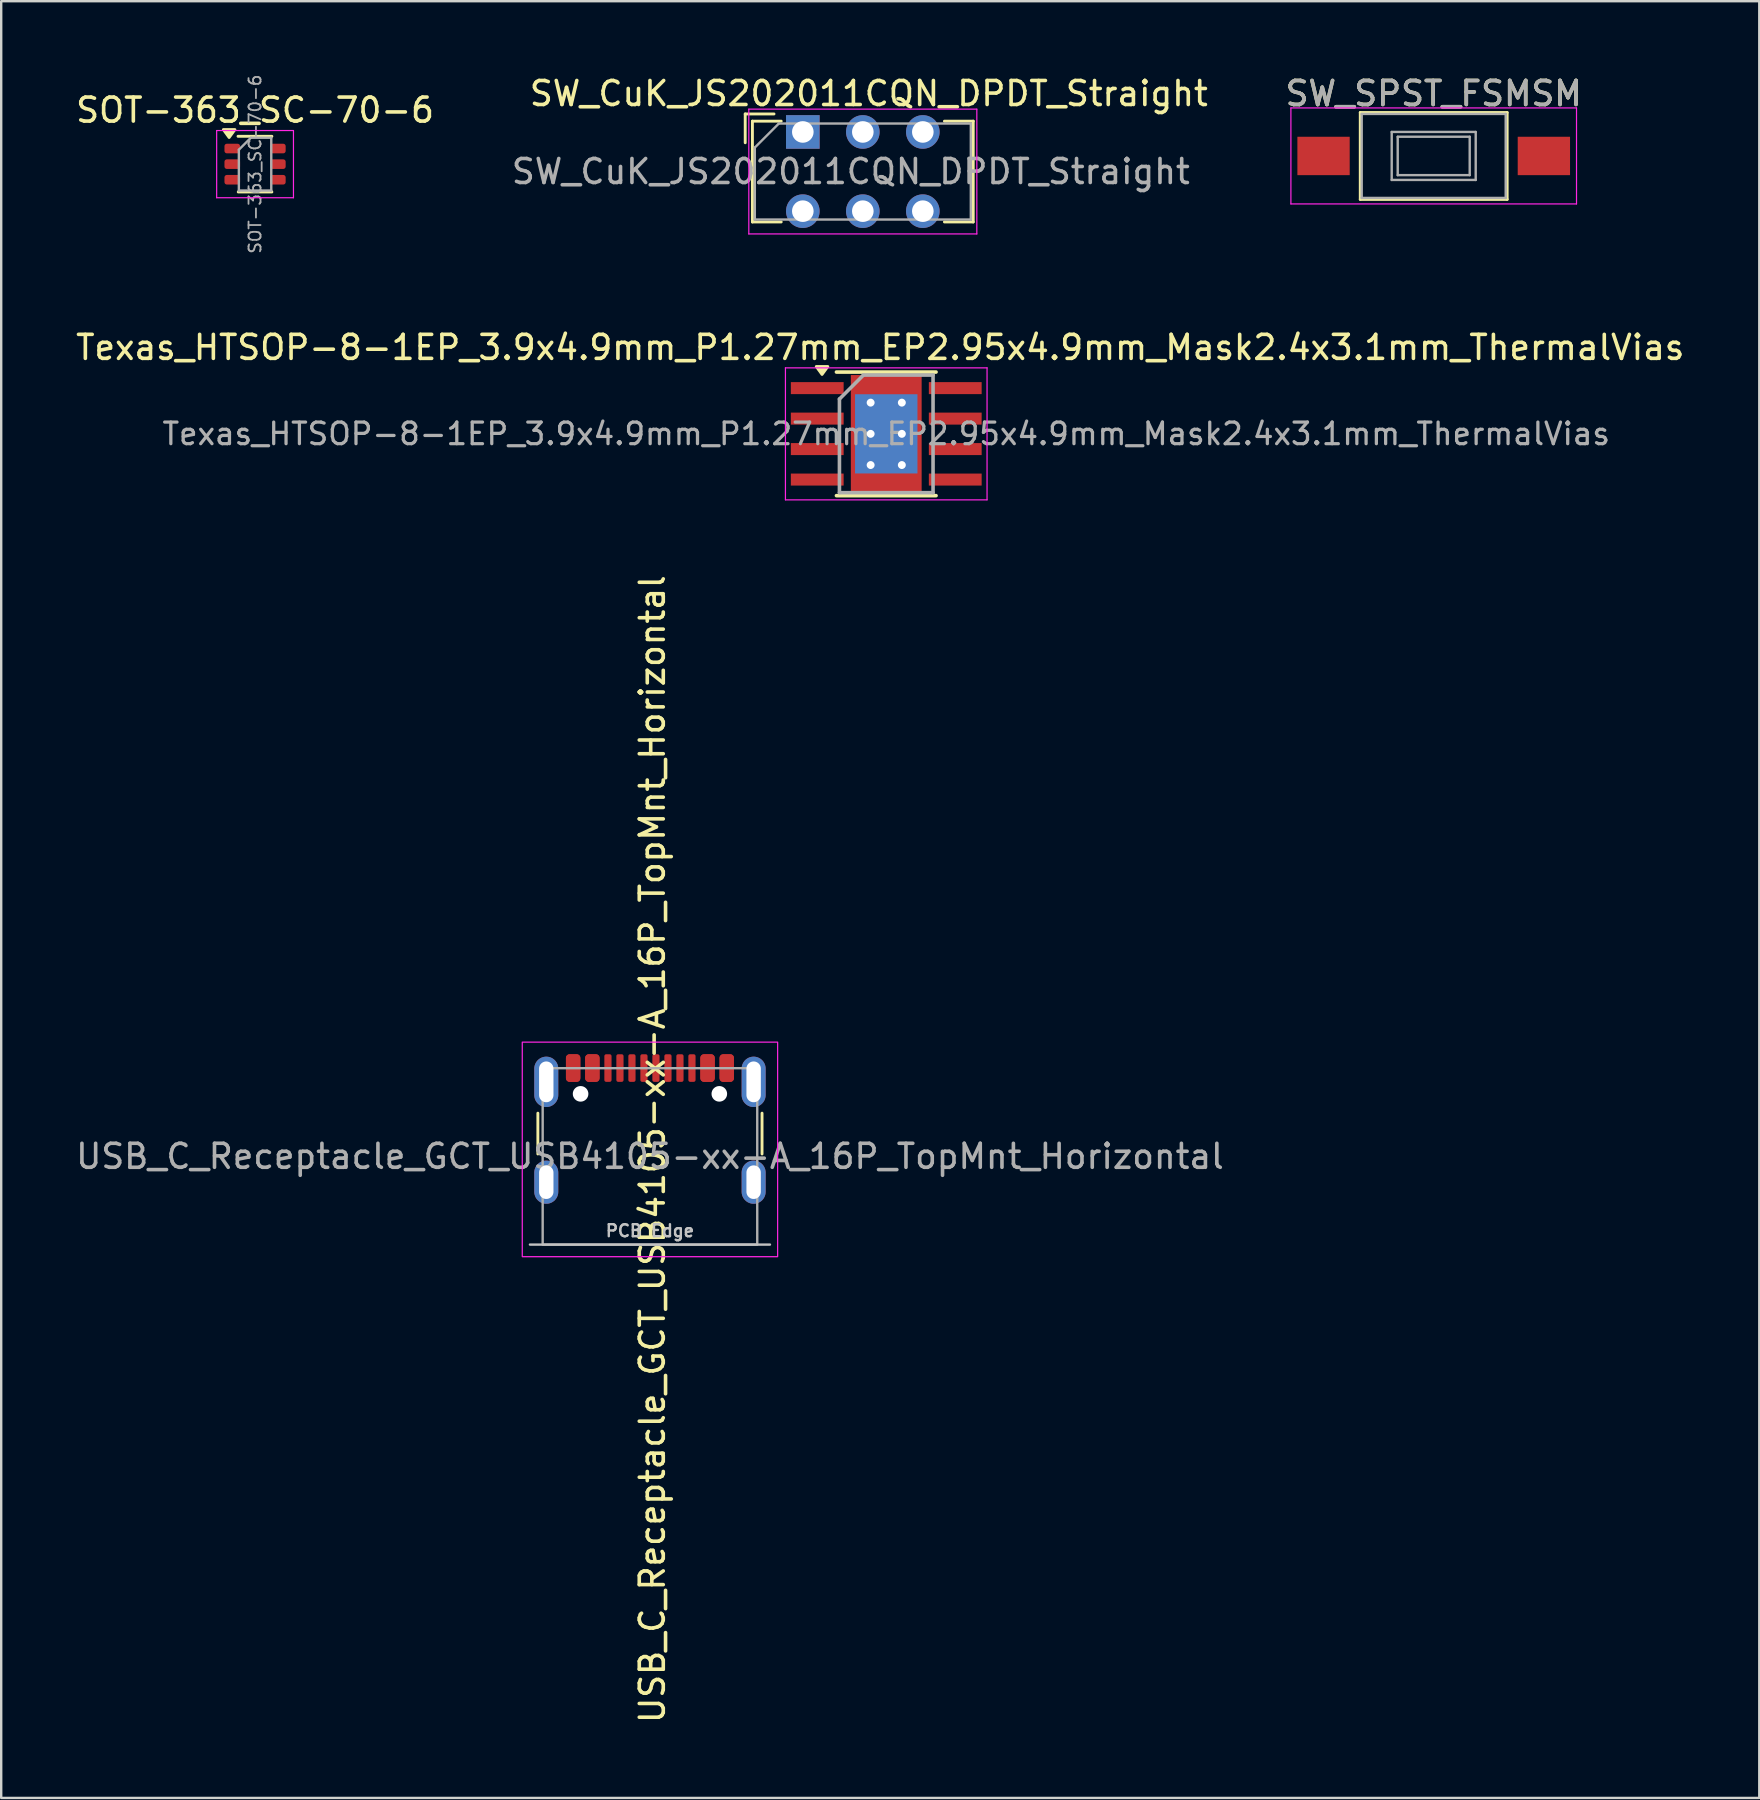
<source format=kicad_pcb>
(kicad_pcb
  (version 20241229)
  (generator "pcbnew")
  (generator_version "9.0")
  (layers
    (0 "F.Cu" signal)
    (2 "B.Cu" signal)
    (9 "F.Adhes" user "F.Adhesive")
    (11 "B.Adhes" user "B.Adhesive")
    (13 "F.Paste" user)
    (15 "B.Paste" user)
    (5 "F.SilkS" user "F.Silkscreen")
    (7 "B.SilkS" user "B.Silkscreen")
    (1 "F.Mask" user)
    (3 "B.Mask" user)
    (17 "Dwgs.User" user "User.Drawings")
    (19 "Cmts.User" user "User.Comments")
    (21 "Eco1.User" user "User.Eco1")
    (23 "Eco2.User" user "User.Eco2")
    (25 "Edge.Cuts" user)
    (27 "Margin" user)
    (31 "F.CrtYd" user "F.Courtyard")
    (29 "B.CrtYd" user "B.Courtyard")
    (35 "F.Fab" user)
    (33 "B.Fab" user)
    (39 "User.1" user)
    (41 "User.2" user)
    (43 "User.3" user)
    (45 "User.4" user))
  (footprint "Texas_HTSOP-8-1EP_3.9x4.9mm_P1.27mm_EP2.95x4.9mm_Mask2.4x3.1mm_ThermalVias"
    (layer "F.Cu")
    (at 33.875 15.026)
    (property "Reference" "Texas_HTSOP-8-1EP_3.9x4.9mm_P1.27mm_EP2.95x4.9mm_Mask2.4x3.1mm_ThermalVias" (at -0.25 -3.6 180) (layer "F.SilkS") (effects (font (size 1 1) (thickness 0.15))))
    (attr smd)
    (fp_line (start -2.075 -2.575) (end 2.075 -2.575) (stroke (width 0.15) (type solid)) (layer "F.SilkS"))
    (fp_line (start -2.075 2.575) (end 2.075 2.575) (stroke (width 0.15) (type solid)) (layer "F.SilkS"))
    (fp_poly (pts (xy -2.675 -2.475) (xy -2.915 -2.805) (xy -2.435 -2.805) (xy -2.675 -2.475)) (stroke (width 0.12) (type solid)) (fill yes) (layer "F.SilkS"))
    (fp_line (start -4.2 -2.75) (end -4.2 2.75) (stroke (width 0.05) (type solid)) (layer "F.CrtYd"))
    (fp_line (start -4.2 -2.75) (end 4.2 -2.75) (stroke (width 0.05) (type solid)) (layer "F.CrtYd"))
    (fp_line (start -4.2 2.75) (end 4.2 2.75) (stroke (width 0.05) (type solid)) (layer "F.CrtYd"))
    (fp_line (start 4.2 -2.75) (end 4.2 2.75) (stroke (width 0.05) (type solid)) (layer "F.CrtYd"))
    (fp_line (start -1.95 -1.45) (end -0.95 -2.45) (stroke (width 0.15) (type solid)) (layer "F.Fab"))
    (fp_line (start -1.95 2.45) (end -1.95 -1.45) (stroke (width 0.15) (type solid)) (layer "F.Fab"))
    (fp_line (start -0.95 -2.45) (end 1.95 -2.45) (stroke (width 0.15) (type solid)) (layer "F.Fab"))
    (fp_line (start 1.95 -2.45) (end 1.95 2.45) (stroke (width 0.15) (type solid)) (layer "F.Fab"))
    (fp_line (start 1.95 2.45) (end -1.95 2.45) (stroke (width 0.15) (type solid)) (layer "F.Fab"))
    (fp_text user "${REFERENCE}" (at 0 0 180) (layer "F.Fab") (effects (font (size 0.9 0.9) (thickness 0.135))))
    (pad "" smd rect (at 0 0) (size 2.4 3.1) (layers "F.Mask"))
    (pad "" smd rect (at 0 0) (size 2.4 3.1) (layers "F.Paste"))
    (pad "1" smd rect (at -2.875 -1.905) (size 2.2 0.5) (layers "F.Cu" "F.Mask" "F.Paste"))
    (pad "2" smd rect (at -2.875 -0.635) (size 2.2 0.5) (layers "F.Cu" "F.Mask" "F.Paste"))
    (pad "3" smd rect (at -2.875 0.635) (size 2.2 0.5) (layers "F.Cu" "F.Mask" "F.Paste"))
    (pad "4" smd rect (at -2.875 1.905) (size 2.2 0.5) (layers "F.Cu" "F.Mask" "F.Paste"))
    (pad "5" smd rect (at 2.875 1.905) (size 2.2 0.5) (layers "F.Cu" "F.Mask" "F.Paste"))
    (pad "6" smd rect (at 2.875 0.635) (size 2.2 0.5) (layers "F.Cu" "F.Mask" "F.Paste"))
    (pad "7" smd rect (at 2.875 -0.635) (size 2.2 0.5) (layers "F.Cu" "F.Mask" "F.Paste"))
    (pad "8" smd rect (at 2.875 -1.905) (size 2.2 0.5) (layers "F.Cu" "F.Mask" "F.Paste"))
    (pad "9" thru_hole circle (at -0.65 -1.3) (size 0.63 0.63) (drill 0.33) (layers "*.Cu" "*.Mask"))
    (pad "9" thru_hole circle (at -0.65 0) (size 0.63 0.63) (drill 0.33) (layers "*.Cu" "*.Mask"))
    (pad "9" thru_hole circle (at -0.65 1.3) (size 0.63 0.63) (drill 0.33) (layers "*.Cu" "*.Mask"))
    (pad "9" smd rect (at 0 0) (size 2.6 3.3) (layers "B.Cu"))
    (pad "9" smd rect (at 0 0) (size 2.95 4.9) (layers "F.Cu"))
    (pad "9" thru_hole circle (at 0.65 -1.3) (size 0.63 0.63) (drill 0.33) (layers "*.Cu" "*.Mask"))
    (pad "9" thru_hole circle (at 0.65 0) (size 0.63 0.63) (drill 0.33) (layers "*.Cu" "*.Mask"))
    (pad "9" thru_hole circle (at 0.65 1.3) (size 0.63 0.63) (drill 0.33) (layers "*.Cu" "*.Mask")))
  (footprint "SW_SPST_FSMSM"
    (layer "F.Cu")
    (at 56.685 3.448)
    (property "Reference" "SW_SPST_FSMSM" (at 0 -2.6 0) (layer "F.SilkS") (effects (font (size 1 1) (thickness 0.15))))
    (attr smd)
    (fp_line (start -3.06 -1.81) (end 3.06 -1.81) (stroke (width 0.12) (type solid)) (layer "F.SilkS"))
    (fp_line (start -3.06 1.81) (end -3.06 -1.81) (stroke (width 0.12) (type solid)) (layer "F.SilkS"))
    (fp_line (start 3.06 -1.81) (end 3.06 1.81) (stroke (width 0.12) (type solid)) (layer "F.SilkS"))
    (fp_line (start 3.06 1.81) (end -3.06 1.81) (stroke (width 0.12) (type solid)) (layer "F.SilkS"))
    (fp_line (start -5.95 -2) (end -5.95 2) (stroke (width 0.05) (type solid)) (layer "F.CrtYd"))
    (fp_line (start -5.95 -2) (end 5.95 -2) (stroke (width 0.05) (type solid)) (layer "F.CrtYd"))
    (fp_line (start -5.95 2) (end 5.95 2) (stroke (width 0.05) (type solid)) (layer "F.CrtYd"))
    (fp_line (start 5.95 -2) (end 5.95 2) (stroke (width 0.05) (type solid)) (layer "F.CrtYd"))
    (fp_line (start -3 -1.75) (end -3 1.75) (stroke (width 0.1) (type solid)) (layer "F.Fab"))
    (fp_line (start -3 -1.75) (end 3 -1.75) (stroke (width 0.1) (type solid)) (layer "F.Fab"))
    (fp_line (start -3 1.75) (end 3 1.75) (stroke (width 0.1) (type solid)) (layer "F.Fab"))
    (fp_line (start -1.75 -1) (end 1.75 -1) (stroke (width 0.1) (type solid)) (layer "F.Fab"))
    (fp_line (start -1.75 1) (end -1.75 -1) (stroke (width 0.1) (type solid)) (layer "F.Fab"))
    (fp_line (start -1.5 -0.8) (end -1.5 0.8) (stroke (width 0.1) (type solid)) (layer "F.Fab"))
    (fp_line (start -1.5 -0.8) (end 1.5 -0.8) (stroke (width 0.1) (type solid)) (layer "F.Fab"))
    (fp_line (start -1.5 0.8) (end 1.5 0.8) (stroke (width 0.1) (type solid)) (layer "F.Fab"))
    (fp_line (start 1.5 -0.8) (end 1.5 0.8) (stroke (width 0.1) (type solid)) (layer "F.Fab"))
    (fp_line (start 1.75 -1) (end 1.75 1) (stroke (width 0.1) (type solid)) (layer "F.Fab"))
    (fp_line (start 1.75 1) (end -1.75 1) (stroke (width 0.1) (type solid)) (layer "F.Fab"))
    (fp_line (start 3 -1.75) (end 3 1.75) (stroke (width 0.1) (type solid)) (layer "F.Fab"))
    (fp_text user "${REFERENCE}" (at 0 -2.6 0) (layer "F.Fab") (effects (font (size 1 1) (thickness 0.15))))
    (pad "1" smd rect (at -4.59 0) (size 2.18 1.6) (layers "F.Cu" "F.Mask" "F.Paste"))
    (pad "2" smd rect (at 4.59 0) (size 2.18 1.6) (layers "F.Cu" "F.Mask" "F.Paste")))
  (footprint "USB_C_Receptacle_GCT_USB4105-xx-A_16P_TopMnt_Horizontal"
    (layer "F.Cu")
    (at 24.03 45.13)
    (property "Reference" "USB_C_Receptacle_GCT_USB4105-xx-A_16P_TopMnt_Horizontal" (at 0.1 -0.3 90) (unlocked yes) (layer "F.SilkS") (effects (font (size 1 1) (thickness 0.15))))
    (attr smd)
    (fp_line (start -4.67 -0.1) (end -4.67 -1.8) (stroke (width 0.12) (type solid)) (layer "F.SilkS"))
    (fp_line (start 4.67 -0.1) (end 4.67 -1.8) (stroke (width 0.12) (type solid)) (layer "F.SilkS"))
    (fp_line (start 5 3.675) (end -5 3.675) (stroke (width 0.1) (type solid)) (layer "Dwgs.User"))
    (fp_rect (start -5.32 -4.76) (end 5.32 4.18) (stroke (width 0.05) (type solid)) (fill no) (layer "F.CrtYd"))
    (fp_rect (start -4.47 -3.675) (end 4.47 3.675) (stroke (width 0.1) (type solid)) (fill no) (layer "F.Fab"))
    (fp_text user "PCB Edge" (at 0 3.1 0) (unlocked yes) (layer "Dwgs.User") (effects (font (size 0.5 0.5) (thickness 0.1))))
    (fp_text user "${REFERENCE}" (at 0 0 0) (unlocked yes) (layer "F.Fab") (effects (font (size 1 1) (thickness 0.15))))
    (pad "" np_thru_hole circle (at -2.89 -2.605) (size 0.65 0.65) (drill 0.65) (layers "*.Cu" "*.Mask"))
    (pad "" np_thru_hole circle (at 2.89 -2.605) (size 0.65 0.65) (drill 0.65) (layers "*.Cu" "*.Mask"))
    (pad "A1" smd roundrect (at -3.2 -3.68) (size 0.6 1.15) (layers "F.Cu" "F.Mask" "F.Paste") (roundrect_rratio 0.25))
    (pad "A4" smd roundrect (at -2.4 -3.68) (size 0.6 1.15) (layers "F.Cu" "F.Mask" "F.Paste") (roundrect_rratio 0.25))
    (pad "A5" smd roundrect (at -1.25 -3.68) (size 0.3 1.15) (layers "F.Cu" "F.Mask" "F.Paste") (roundrect_rratio 0.25))
    (pad "A6" smd roundrect (at -0.25 -3.68) (size 0.3 1.15) (layers "F.Cu" "F.Mask" "F.Paste") (roundrect_rratio 0.25))
    (pad "A7" smd roundrect (at 0.25 -3.68) (size 0.3 1.15) (layers "F.Cu" "F.Mask" "F.Paste") (roundrect_rratio 0.25))
    (pad "A8" smd roundrect (at 1.25 -3.68) (size 0.3 1.15) (layers "F.Cu" "F.Mask" "F.Paste") (roundrect_rratio 0.25))
    (pad "A9" smd roundrect (at 2.4 -3.68) (size 0.6 1.15) (layers "F.Cu" "F.Mask" "F.Paste") (roundrect_rratio 0.25))
    (pad "A12" smd roundrect (at 3.2 -3.68) (size 0.6 1.15) (layers "F.Cu" "F.Mask" "F.Paste") (roundrect_rratio 0.25))
    (pad "B1" smd roundrect (at 3.2 -3.68) (size 0.6 1.15) (layers "F.Cu" "F.Mask" "F.Paste") (roundrect_rratio 0.25))
    (pad "B4" smd roundrect (at 2.4 -3.68) (size 0.6 1.15) (layers "F.Cu" "F.Mask" "F.Paste") (roundrect_rratio 0.25))
    (pad "B5" smd roundrect (at 1.75 -3.68) (size 0.3 1.15) (layers "F.Cu" "F.Mask" "F.Paste") (roundrect_rratio 0.25))
    (pad "B6" smd roundrect (at 0.75 -3.68) (size 0.3 1.15) (layers "F.Cu" "F.Mask" "F.Paste") (roundrect_rratio 0.25))
    (pad "B7" smd roundrect (at -0.75 -3.68) (size 0.3 1.15) (layers "F.Cu" "F.Mask" "F.Paste") (roundrect_rratio 0.25))
    (pad "B8" smd roundrect (at -1.75 -3.68) (size 0.3 1.15) (layers "F.Cu" "F.Mask" "F.Paste") (roundrect_rratio 0.25))
    (pad "B9" smd roundrect (at -2.4 -3.68) (size 0.6 1.15) (layers "F.Cu" "F.Mask" "F.Paste") (roundrect_rratio 0.25))
    (pad "B12" smd roundrect (at -3.2 -3.68) (size 0.6 1.15) (layers "F.Cu" "F.Mask" "F.Paste") (roundrect_rratio 0.25))
    (pad "S1" thru_hole oval (at -4.32 -3.105) (size 1 2.1) (drill oval 0.6 1.7) (layers "*.Cu" "*.Mask" "F.Paste"))
    (pad "S1" thru_hole oval (at -4.32 1.075) (size 1 1.8) (drill oval 0.6 1.4) (layers "*.Cu" "*.Mask" "F.Paste"))
    (pad "S1" thru_hole oval (at 4.32 -3.105) (size 1 2.1) (drill oval 0.6 1.7) (layers "*.Cu" "*.Mask" "F.Paste"))
    (pad "S1" thru_hole oval (at 4.32 1.075) (size 1 1.8) (drill oval 0.6 1.4) (layers "*.Cu" "*.Mask" "F.Paste")))
  (footprint "SOT-363_SC-70-6"
    (layer "F.Cu")
    (at 7.577 3.789)
    (property "Reference" "SOT-363_SC-70-6" (at 0 -2.25 0) (layer "F.SilkS") (effects (font (size 1 1) (thickness 0.15))))
    (attr smd)
    (fp_line (start -0.71 -1.16) (end 0.7 -1.16) (stroke (width 0.12) (type solid)) (layer "F.SilkS"))
    (fp_line (start -0.7 1.16) (end 0.7 1.16) (stroke (width 0.12) (type solid)) (layer "F.SilkS"))
    (fp_poly (pts (xy -1.08 -1.11) (xy -1.32 -1.44) (xy -0.84 -1.44) (xy -1.08 -1.11)) (stroke (width 0.12) (type solid)) (fill yes) (layer "F.SilkS"))
    (fp_line (start -1.6 -1.4) (end -1.6 1.4) (stroke (width 0.05) (type solid)) (layer "F.CrtYd"))
    (fp_line (start -1.6 -1.4) (end 1.6 -1.4) (stroke (width 0.05) (type solid)) (layer "F.CrtYd"))
    (fp_line (start -1.6 1.4) (end 1.6 1.4) (stroke (width 0.05) (type solid)) (layer "F.CrtYd"))
    (fp_line (start 1.6 1.4) (end 1.6 -1.4) (stroke (width 0.05) (type solid)) (layer "F.CrtYd"))
    (fp_line (start -0.675 -0.6) (end -0.675 1.1) (stroke (width 0.1) (type solid)) (layer "F.Fab"))
    (fp_line (start -0.175 -1.1) (end -0.675 -0.6) (stroke (width 0.1) (type solid)) (layer "F.Fab"))
    (fp_line (start 0.675 -1.1) (end -0.175 -1.1) (stroke (width 0.1) (type solid)) (layer "F.Fab"))
    (fp_line (start 0.675 -1.1) (end 0.675 1.1) (stroke (width 0.1) (type solid)) (layer "F.Fab"))
    (fp_line (start 0.675 1.1) (end -0.675 1.1) (stroke (width 0.1) (type solid)) (layer "F.Fab"))
    (fp_text user "${REFERENCE}" (at 0 0 90) (layer "F.Fab") (effects (font (size 0.5 0.5) (thickness 0.075))))
    (pad "1" smd roundrect (at -0.95 -0.65) (size 0.65 0.4) (layers "F.Cu" "F.Mask" "F.Paste") (roundrect_rratio 0.25))
    (pad "2" smd roundrect (at -0.95 0) (size 0.65 0.4) (layers "F.Cu" "F.Mask" "F.Paste") (roundrect_rratio 0.25))
    (pad "3" smd roundrect (at -0.95 0.65) (size 0.65 0.4) (layers "F.Cu" "F.Mask" "F.Paste") (roundrect_rratio 0.25))
    (pad "4" smd roundrect (at 0.95 0.65) (size 0.65 0.4) (layers "F.Cu" "F.Mask" "F.Paste") (roundrect_rratio 0.25))
    (pad "5" smd roundrect (at 0.95 0) (size 0.65 0.4) (layers "F.Cu" "F.Mask" "F.Paste") (roundrect_rratio 0.25))
    (pad "6" smd roundrect (at 0.95 -0.65) (size 0.65 0.4) (layers "F.Cu" "F.Mask" "F.Paste") (roundrect_rratio 0.25)))
  (footprint "SW_CuK_JS202011CQN_DPDT_Straight"
    (layer "F.Cu")
    (at 30.399 2.448)
    (property "Reference" "SW_CuK_JS202011CQN_DPDT_Straight" (at 2.75 -1.6 0) (layer "F.SilkS") (effects (font (size 1 1) (thickness 0.15))))
    (attr through_hole)
    (fp_line (start -2.4 -0.75) (end -2.4 0.45) (stroke (width 0.12) (type solid)) (layer "F.SilkS"))
    (fp_line (start -2.1 -0.45) (end -2.1 3.75) (stroke (width 0.12) (type solid)) (layer "F.SilkS"))
    (fp_line (start -2.1 3.75) (end -0.9 3.75) (stroke (width 0.12) (type solid)) (layer "F.SilkS"))
    (fp_line (start -1.2 -0.75) (end -2.4 -0.75) (stroke (width 0.12) (type solid)) (layer "F.SilkS"))
    (fp_line (start -0.9 -0.45) (end -2.1 -0.45) (stroke (width 0.12) (type solid)) (layer "F.SilkS"))
    (fp_line (start 5.9 -0.45) (end 7.1 -0.45) (stroke (width 0.12) (type solid)) (layer "F.SilkS"))
    (fp_line (start 7.1 -0.45) (end 7.1 3.75) (stroke (width 0.12) (type solid)) (layer "F.SilkS"))
    (fp_line (start 7.1 3.75) (end 5.9 3.75) (stroke (width 0.12) (type solid)) (layer "F.SilkS"))
    (fp_line (start -2.25 -0.95) (end 7.25 -0.95) (stroke (width 0.05) (type solid)) (layer "F.CrtYd"))
    (fp_line (start -2.25 4.25) (end -2.25 -0.95) (stroke (width 0.05) (type solid)) (layer "F.CrtYd"))
    (fp_line (start 7.25 -0.95) (end 7.25 4.25) (stroke (width 0.05) (type solid)) (layer "F.CrtYd"))
    (fp_line (start 7.25 4.25) (end -2.25 4.25) (stroke (width 0.05) (type solid)) (layer "F.CrtYd"))
    (fp_line (start -2 3.65) (end -2 0.65) (stroke (width 0.1) (type solid)) (layer "F.Fab"))
    (fp_line (start -1 -0.35) (end -2 0.65) (stroke (width 0.1) (type solid)) (layer "F.Fab"))
    (fp_line (start -1 -0.35) (end 7 -0.35) (stroke (width 0.1) (type solid)) (layer "F.Fab"))
    (fp_line (start 7 -0.35) (end 7 3.65) (stroke (width 0.1) (type solid)) (layer "F.Fab"))
    (fp_line (start 7 3.65) (end -2 3.65) (stroke (width 0.1) (type solid)) (layer "F.Fab"))
    (fp_text user "${REFERENCE}" (at 2 1.65 0) (layer "F.Fab") (effects (font (size 1 1) (thickness 0.15))))
    (pad "1" thru_hole rect (at 0 0) (size 1.4 1.4) (drill 0.9) (layers "*.Cu" "*.Mask"))
    (pad "2" thru_hole circle (at 2.5 0) (size 1.4 1.4) (drill 0.9) (layers "*.Cu" "*.Mask"))
    (pad "3" thru_hole circle (at 5 0) (size 1.4 1.4) (drill 0.9) (layers "*.Cu" "*.Mask"))
    (pad "4" thru_hole circle (at 0 3.3) (size 1.4 1.4) (drill 0.9) (layers "*.Cu" "*.Mask"))
    (pad "5" thru_hole circle (at 2.5 3.3) (size 1.4 1.4) (drill 0.9) (layers "*.Cu" "*.Mask"))
    (pad "6" thru_hole circle (at 5 3.3) (size 1.4 1.4) (drill 0.9) (layers "*.Cu" "*.Mask")))
  (gr_rect
    (start -3 -3)
    (end 70.25 71.86)
    (stroke (width 0.1) (type default))
    (fill no)
    (layer "Edge.Cuts")))
</source>
